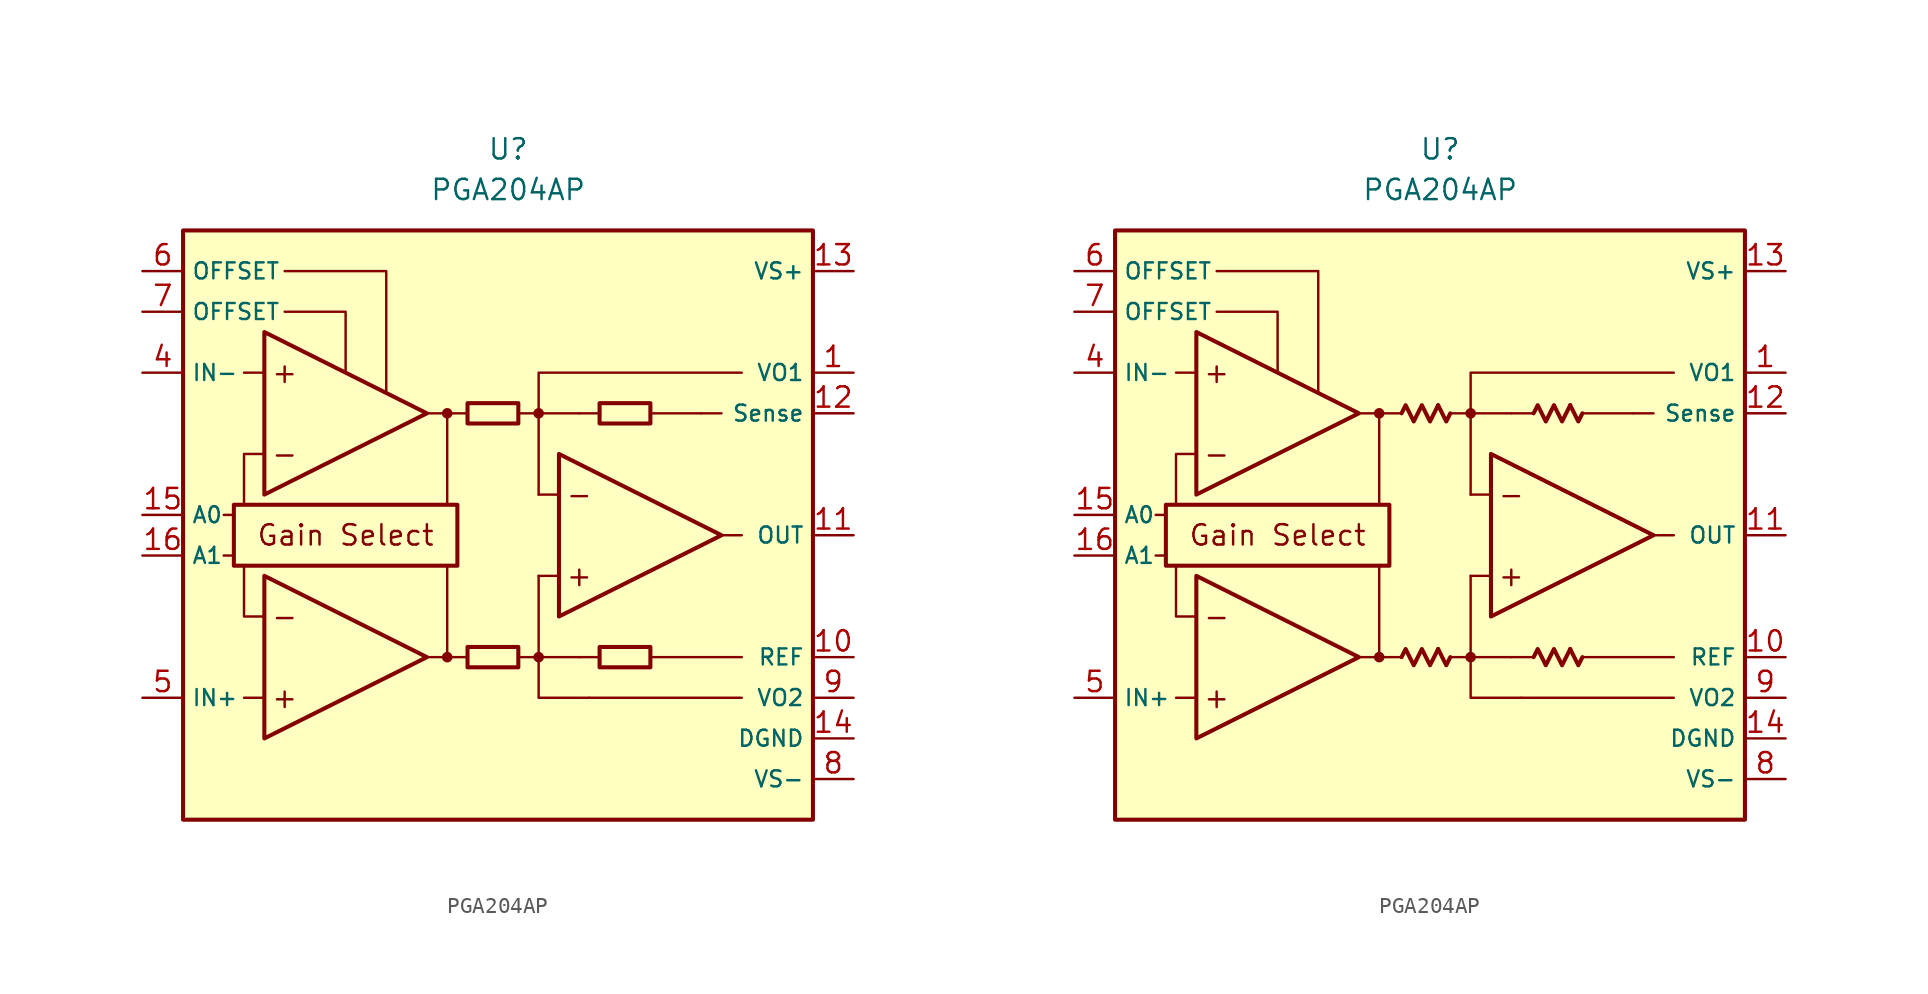
<source format=kicad_sym>
(kicad_symbol_lib
  (version 20231120)
  (generator "kicad_symbol_editor")
  (generator_version "8.0")
  (symbol "PGA204AP"
    (property "Reference" "U"
      (at 0 22.86 0)
      (effects (font (size 1.27 1.27))))
    (property "Value" "PGA204AP"
      (at 0 20.32 0)
      (effects (font (size 1.27 1.27))))
    (symbol "PGA204AP_0_0"
      (rectangle (start -20.32 17.78) (end 19.05 -19.05) (stroke (width 0.254) (type default)) (fill (type background)))
      (rectangle (start -17.145 0.635) (end -3.175 -3.175) (stroke (width 0.254) (type default)) (fill (type none)))
      (circle (center -3.81 -8.89) (radius 0.254) (stroke (width 0.152) (type default)) (fill (type outline)))
      (circle (center -3.81 6.35) (radius 0.254) (stroke (width 0.152) (type default)) (fill (type outline)))
      (polyline (pts (xy -1.27 -8.89)) (stroke (width 0.152) (type default)) (fill (type none)))
      (polyline (pts (xy -1.27 6.35)) (stroke (width 0.152) (type default)) (fill (type none)))
      (polyline (pts (xy 5.715 6.35)) (stroke (width 0.152) (type default)) (fill (type none)))
      (polyline (pts (xy -17.145 -2.54) (xy -17.78 -2.54)) (stroke (width 0.152) (type default)) (fill (type none)))
      (polyline (pts (xy -17.145 0) (xy -17.78 0)) (stroke (width 0.152) (type default)) (fill (type none)))
      (polyline (pts (xy -15.24 -11.43) (xy -16.51 -11.43)) (stroke (width 0.152) (type default)) (fill (type none)))
      (polyline (pts (xy -15.24 8.89) (xy -16.51 8.89)) (stroke (width 0.152) (type default)) (fill (type none)))
      (polyline (pts (xy -5.08 -8.89) (xy -2.54 -8.89)) (stroke (width 0.152) (type default)) (fill (type none)))
      (polyline (pts (xy -5.08 6.35) (xy -2.54 6.35)) (stroke (width 0.152) (type default)) (fill (type none)))
      (polyline (pts (xy -3.81 -8.89) (xy -3.81 -3.175)) (stroke (width 0.152) (type default)) (fill (type none)))
      (polyline (pts (xy -3.81 0.635) (xy -3.81 6.35)) (stroke (width 0.152) (type default)) (fill (type none)))
      (polyline (pts (xy 0.635 -8.89) (xy 1.905 -8.89)) (stroke (width 0.152) (type default)) (fill (type none)))
      (polyline (pts (xy 0.635 6.35) (xy 1.905 6.35)) (stroke (width 0.152) (type default)) (fill (type none)))
      (polyline (pts (xy 3.175 -3.81) (xy 1.905 -3.81)) (stroke (width 0.152) (type default)) (fill (type none)))
      (polyline (pts (xy 3.175 1.27) (xy 1.905 1.27)) (stroke (width 0.152) (type default)) (fill (type none)))
      (polyline (pts (xy 4.445 -8.89) (xy 1.905 -8.89)) (stroke (width 0.152) (type default)) (fill (type none)))
      (polyline (pts (xy 4.445 -8.89) (xy 5.715 -8.89)) (stroke (width 0.152) (type default)) (fill (type none)))
      (polyline (pts (xy 4.445 6.35) (xy 1.905 6.35)) (stroke (width 0.152) (type default)) (fill (type none)))
      (polyline (pts (xy 4.445 6.35) (xy 5.715 6.35)) (stroke (width 0.152) (type default)) (fill (type none)))
      (polyline (pts (xy 8.89 -8.89) (xy 14.605 -8.89)) (stroke (width 0.152) (type default)) (fill (type none)))
      (polyline (pts (xy 8.89 6.35) (xy 12.065 6.35)) (stroke (width 0.152) (type default)) (fill (type none)))
      (polyline (pts (xy 12.065 6.35) (xy 13.335 6.35)) (stroke (width 0.152) (type default)) (fill (type none)))
      (polyline (pts (xy 13.335 -1.27) (xy 14.605 -1.27)) (stroke (width 0.152) (type default)) (fill (type none)))
      (polyline (pts (xy 14.605 -11.43) (xy 5.08 -11.43)) (stroke (width 0.152) (type default)) (fill (type none)))
      (polyline (pts (xy -16.51 -3.175) (xy -16.51 -6.35) (xy -15.24 -6.35)) (stroke (width 0.152) (type default)) (fill (type none)))
      (polyline (pts (xy -15.24 3.81) (xy -16.51 3.81) (xy -16.51 0.635)) (stroke (width 0.152) (type default)) (fill (type none)))
      (polyline (pts (xy -13.97 12.7) (xy -10.16 12.7) (xy -10.16 8.89)) (stroke (width 0.152) (type default)) (fill (type none)))
      (polyline (pts (xy -7.62 7.62) (xy -7.62 15.24) (xy -13.97 15.24)) (stroke (width 0.152) (type default)) (fill (type none)))
      (polyline (pts (xy 1.905 -3.81) (xy 1.905 -11.43) (xy 5.08 -11.43)) (stroke (width 0.152) (type default)) (fill (type none)))
      (polyline (pts (xy 14.605 8.89) (xy 1.905 8.89) (xy 1.905 1.27)) (stroke (width 0.152) (type default)) (fill (type none)))
      (circle (center 1.905 -8.89) (radius 0.254) (stroke (width 0.152) (type default)) (fill (type outline)))
      (circle (center 1.905 6.35) (radius 0.254) (stroke (width 0.152) (type default)) (fill (type outline)))
      (text "+" (at -13.97 -11.43 0) (effects (font (size 1.27 1.27))))
      (text "+" (at -13.97 8.89 0) (effects (font (size 1.27 1.27))))
      (text "+" (at 4.445 -3.81 0) (effects (font (size 1.27 1.27))))
      (text "-" (at -13.97 -6.35 0) (effects (font (size 1.27 1.27))))
      (text "-" (at -13.97 3.81 0) (effects (font (size 1.27 1.27))))
      (text "-" (at 4.445 1.27 0) (effects (font (size 1.27 1.27))))
      (text "Gain Select" (at -10.16 -1.27 0) (effects (font (size 1.27 1.27)))))
    (symbol "PGA204AP_0_1"
      (rectangle (start -2.54 -8.255) (end 0.635 -9.525) (stroke (width 0.254) (type default)) (fill (type none)))
      (rectangle (start -2.54 6.985) (end 0.635 5.715) (stroke (width 0.254) (type default)) (fill (type none)))
      (rectangle (start 5.715 -8.255) (end 8.89 -9.525) (stroke (width 0.254) (type default)) (fill (type none)))
      (rectangle (start 5.715 6.985) (end 8.89 5.715) (stroke (width 0.254) (type default)) (fill (type none))))
    (symbol "PGA204AP_0_2"
      (polyline (pts (xy -0.127 -8.382) (xy 0.381 -9.398) (xy 0.635 -8.89)) (stroke (width 0.254) (type default)) (fill (type none)))
      (polyline (pts (xy -0.127 6.858) (xy 0.381 5.842) (xy 0.635 6.35)) (stroke (width 0.254) (type default)) (fill (type none)))
      (polyline (pts (xy 8.128 -8.382) (xy 8.636 -9.398) (xy 8.89 -8.89)) (stroke (width 0.254) (type default)) (fill (type none)))
      (polyline (pts (xy 8.128 6.858) (xy 8.636 5.842) (xy 8.89 6.35)) (stroke (width 0.254) (type default)) (fill (type none)))
      (polyline (pts (xy -2.413 -8.89) (xy -2.159 -8.382) (xy -1.651 -9.398) (xy -1.143 -8.382) (xy -0.635 -9.398) (xy -0.127 -8.382)) (stroke (width 0.254) (type default)) (fill (type none)))
      (polyline (pts (xy -2.413 6.35) (xy -2.159 6.858) (xy -1.651 5.842) (xy -1.143 6.858) (xy -0.635 5.842) (xy -0.127 6.858)) (stroke (width 0.254) (type default)) (fill (type none)))
      (polyline (pts (xy 5.842 -8.89) (xy 6.096 -8.382) (xy 6.604 -9.398) (xy 7.112 -8.382) (xy 7.62 -9.398) (xy 8.128 -8.382)) (stroke (width 0.254) (type default)) (fill (type none)))
      (polyline (pts (xy 5.842 6.35) (xy 6.096 6.858) (xy 6.604 5.842) (xy 7.112 6.858) (xy 7.62 5.842) (xy 8.128 6.858)) (stroke (width 0.254) (type default)) (fill (type none))))
    (symbol "PGA204AP_1_0"
      (polyline (pts (xy -15.24 -3.81) (xy -15.24 -13.97) (xy -5.08 -8.89) (xy -15.24 -3.81)) (stroke (width 0.254) (type default)) (fill (type background)))
      (polyline (pts (xy -15.24 11.43) (xy -15.24 1.27) (xy -5.08 6.35) (xy -15.24 11.43)) (stroke (width 0.254) (type default)) (fill (type background)))
      (polyline (pts (xy 3.175 3.81) (xy 3.175 -6.35) (xy 13.335 -1.27) (xy 3.175 3.81)) (stroke (width 0.254) (type default)) (fill (type background))))
    (symbol "PGA204AP_1_1"
      (pin passive line (at 21.59 8.89 180) (length 2.54) (name "VO1" (effects (font (size 1 1)))) (number "1" (effects (font (size 1.27 1.27)))))
      (pin passive line (at 21.59 -8.89 180) (length 2.54) (name "REF" (effects (font (size 1 1)))) (number "10" (effects (font (size 1.27 1.27)))))
      (pin output line (at 21.59 -1.27 180) (length 2.54) (name "OUT" (effects (font (size 1 1)))) (number "11" (effects (font (size 1.27 1.27)))))
      (pin passive line (at 21.59 6.35 180) (length 2.54) (name "Sense" (effects (font (size 1 1)))) (number "12" (effects (font (size 1.27 1.27)))))
      (pin power_in line (at 21.59 15.24 180) (length 2.54) (name "VS+" (effects (font (size 1 1)))) (number "13" (effects (font (size 1.27 1.27)))))
      (pin power_in line (at 21.59 -13.97 180) (length 2.54) (name "DGND" (effects (font (size 1 1)))) (number "14" (effects (font (size 1.27 1.27)))))
      (pin input line (at -22.86 0 0) (length 2.54) (name "A0" (effects (font (size 1 1)))) (number "15" (effects (font (size 1.27 1.27)))))
      (pin input line (at -22.86 -2.54 0) (length 2.54) (name "A1" (effects (font (size 1 1)))) (number "16" (effects (font (size 1.27 1.27)))))
      (pin free line (at -1.27 -12.7 0) (length 2.54) hide (name "NC" (effects (font (size 1.27 1.27)))) (number "2" (effects (font (size 1.27 1.27)))))
      (pin free line (at -1.27 -15.24 0) (length 2.54) hide (name "NC" (effects (font (size 1.27 1.27)))) (number "3" (effects (font (size 1.27 1.27)))))
      (pin input line (at -22.86 8.89 0) (length 2.54) (name "IN-" (effects (font (size 1 1)))) (number "4" (effects (font (size 1.27 1.27)))))
      (pin input line (at -22.86 -11.43 0) (length 2.54) (name "IN+" (effects (font (size 1 1)))) (number "5" (effects (font (size 1.27 1.27)))))
      (pin passive line (at -22.86 15.24 0) (length 2.54) (name "OFFSET" (effects (font (size 1 1)))) (number "6" (effects (font (size 1.27 1.27)))))
      (pin passive line (at -22.86 12.7 0) (length 2.54) (name "OFFSET" (effects (font (size 1 1)))) (number "7" (effects (font (size 1.27 1.27)))))
      (pin power_in line (at 21.59 -16.51 180) (length 2.54) (name "VS-" (effects (font (size 1 1)))) (number "8" (effects (font (size 1.27 1.27)))))
      (pin passive line (at 21.59 -11.43 180) (length 2.54) (name "VO2" (effects (font (size 1 1)))) (number "9" (effects (font (size 1.27 1.27))))))
    (symbol "PGA204AP_1_2"
      (pin passive line (at 21.59 8.89 180) (length 2.54) (name "VO1" (effects (font (size 1 1)))) (number "1" (effects (font (size 1.27 1.27)))))
      (pin passive line (at 21.59 -8.89 180) (length 2.54) (name "REF" (effects (font (size 1 1)))) (number "10" (effects (font (size 1.27 1.27)))))
      (pin output line (at 21.59 -1.27 180) (length 2.54) (name "OUT" (effects (font (size 1 1)))) (number "11" (effects (font (size 1.27 1.27)))))
      (pin passive line (at 21.59 6.35 180) (length 2.54) (name "Sense" (effects (font (size 1 1)))) (number "12" (effects (font (size 1.27 1.27)))))
      (pin power_in line (at 21.59 15.24 180) (length 2.54) (name "VS+" (effects (font (size 1 1)))) (number "13" (effects (font (size 1.27 1.27)))))
      (pin power_in line (at 21.59 -13.97 180) (length 2.54) (name "DGND" (effects (font (size 1 1)))) (number "14" (effects (font (size 1.27 1.27)))))
      (pin input line (at -22.86 0 0) (length 2.54) (name "A0" (effects (font (size 1 1)))) (number "15" (effects (font (size 1.27 1.27)))))
      (pin input line (at -22.86 -2.54 0) (length 2.54) (name "A1" (effects (font (size 1 1)))) (number "16" (effects (font (size 1.27 1.27)))))
      (pin free line (at -1.27 -12.7 0) (length 2.54) hide (name "NC" (effects (font (size 1.27 1.27)))) (number "2" (effects (font (size 1.27 1.27)))))
      (pin free line (at -1.27 -15.24 0) (length 2.54) hide (name "NC" (effects (font (size 1.27 1.27)))) (number "3" (effects (font (size 1.27 1.27)))))
      (pin input line (at -22.86 8.89 0) (length 2.54) (name "IN-" (effects (font (size 1 1)))) (number "4" (effects (font (size 1.27 1.27)))))
      (pin input line (at -22.86 -11.43 0) (length 2.54) (name "IN+" (effects (font (size 1 1)))) (number "5" (effects (font (size 1.27 1.27)))))
      (pin passive line (at -22.86 15.24 0) (length 2.54) (name "OFFSET" (effects (font (size 1 1)))) (number "6" (effects (font (size 1.27 1.27)))))
      (pin passive line (at -22.86 12.7 0) (length 2.54) (name "OFFSET" (effects (font (size 1 1)))) (number "7" (effects (font (size 1.27 1.27)))))
      (pin power_in line (at 21.59 -16.51 180) (length 2.54) (name "VS-" (effects (font (size 1 1)))) (number "8" (effects (font (size 1.27 1.27)))))
      (pin passive line (at 21.59 -11.43 180) (length 2.54) (name "VO2" (effects (font (size 1 1)))) (number "9" (effects (font (size 1.27 1.27))))))))
</source>
